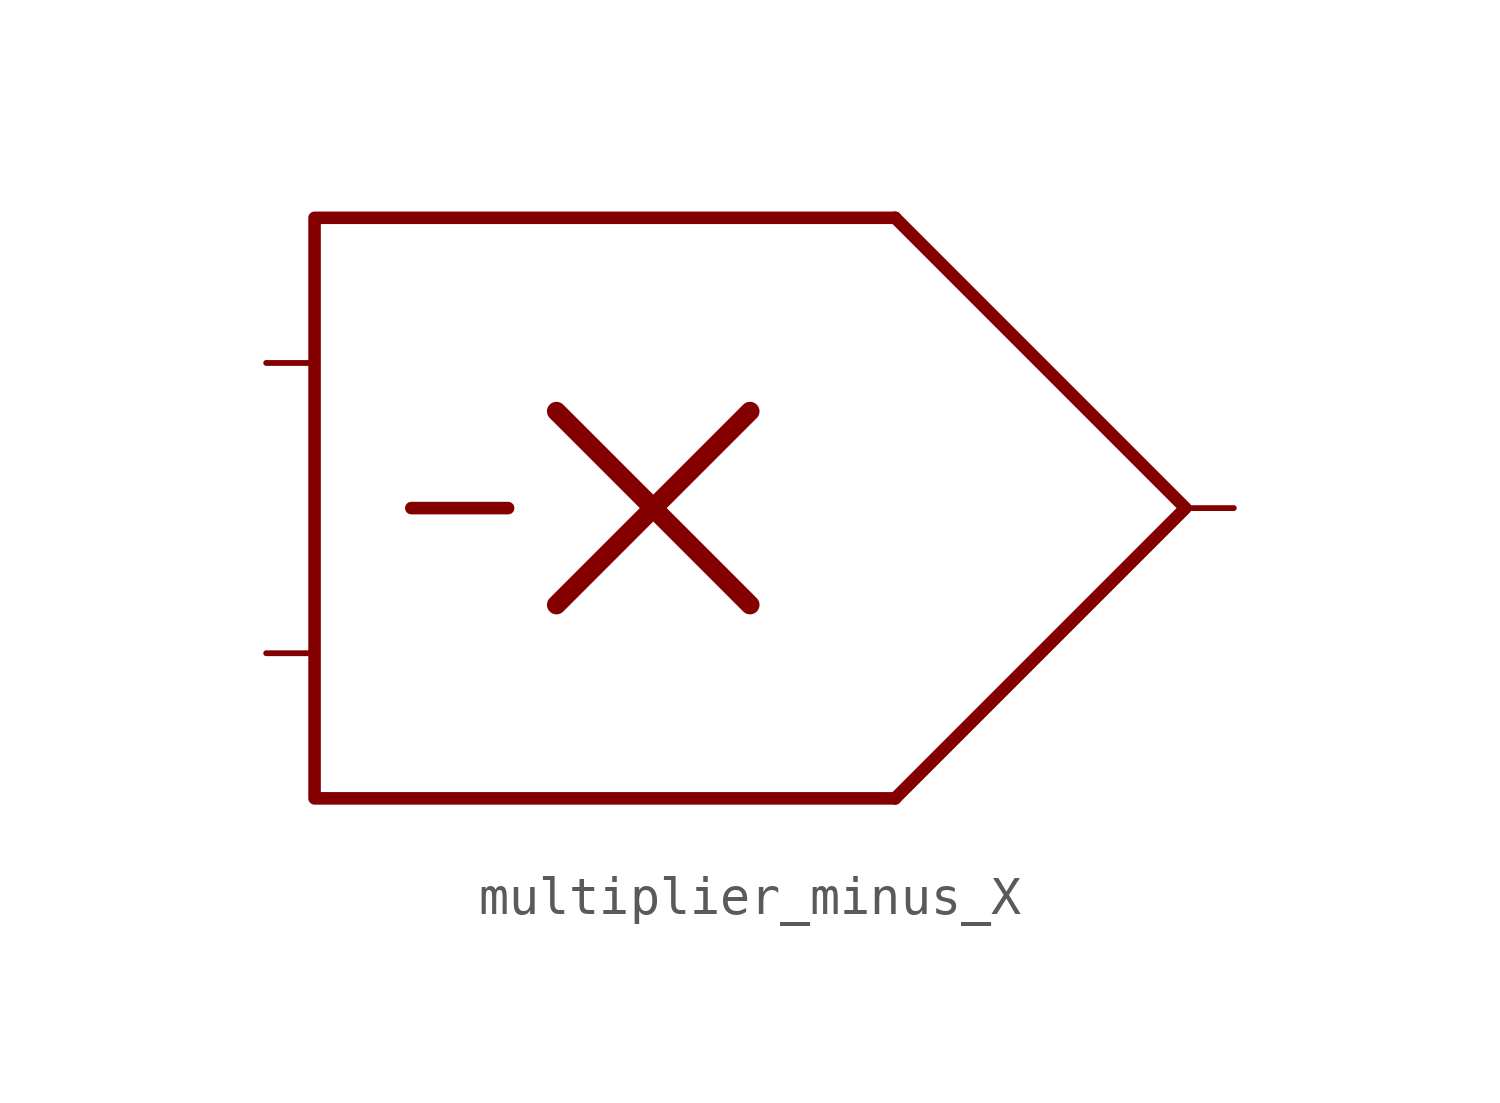
<source format=kicad_sym>
(kicad_symbol_lib
  (version 20211014)
  (generator kicad_symbol_editor)
  (symbol "multiplier_minus_X"
    (property "Reference" "U"
      (at 3.81 12.7 0)
      (effects (font (size 1.27 1.27)) hide))
    (symbol "multiplier_minus_X_0_0"
      (polyline (pts (xy -12.7 0) (xy -10.16 0)) (stroke (width 0.33) (type default) (color 0 0 0 0)) (fill (type none)))
      (polyline (pts (xy -8.89 -2.54) (xy -3.81 2.54)) (stroke (width 0.5) (type default) (color 0 0 0 0)) (fill (type none)))
      (polyline (pts (xy -8.89 2.54) (xy -3.81 -2.54)) (stroke (width 0.5) (type default) (color 0 0 0 0)) (fill (type none)))
      (polyline (pts (xy 0 7.62) (xy -15.24 7.62) (xy -15.24 -7.62) (xy 0 -7.62)) (stroke (width 0.33) (type default) (color 0 0 0 0)) (fill (type none))))
    (symbol "multiplier_minus_X_0_1"
      (polyline (pts (xy 0 7.62) (xy 7.62 0) (xy 0 -7.62)) (stroke (width 0.33) (type default) (color 0 0 0 0)) (fill (type none))))
    (symbol "multiplier_minus_X_1_1"
      (pin input line (at -16.51 -3.81 0) (length 1.27) (name "" (effects (font (size 1.27 1.27)))) (number "" (effects (font (size 1.27 1.27)))))
      (pin input line (at -16.51 3.81 0) (length 1.27) (name "" (effects (font (size 1.27 1.27)))) (number "" (effects (font (size 1.27 1.27)))))
      (pin output line (at 8.89 0 180) (length 1.27) (name "" (effects (font (size 1.27 1.27)))) (number "" (effects (font (size 1.27 1.27))))))))
</source>
